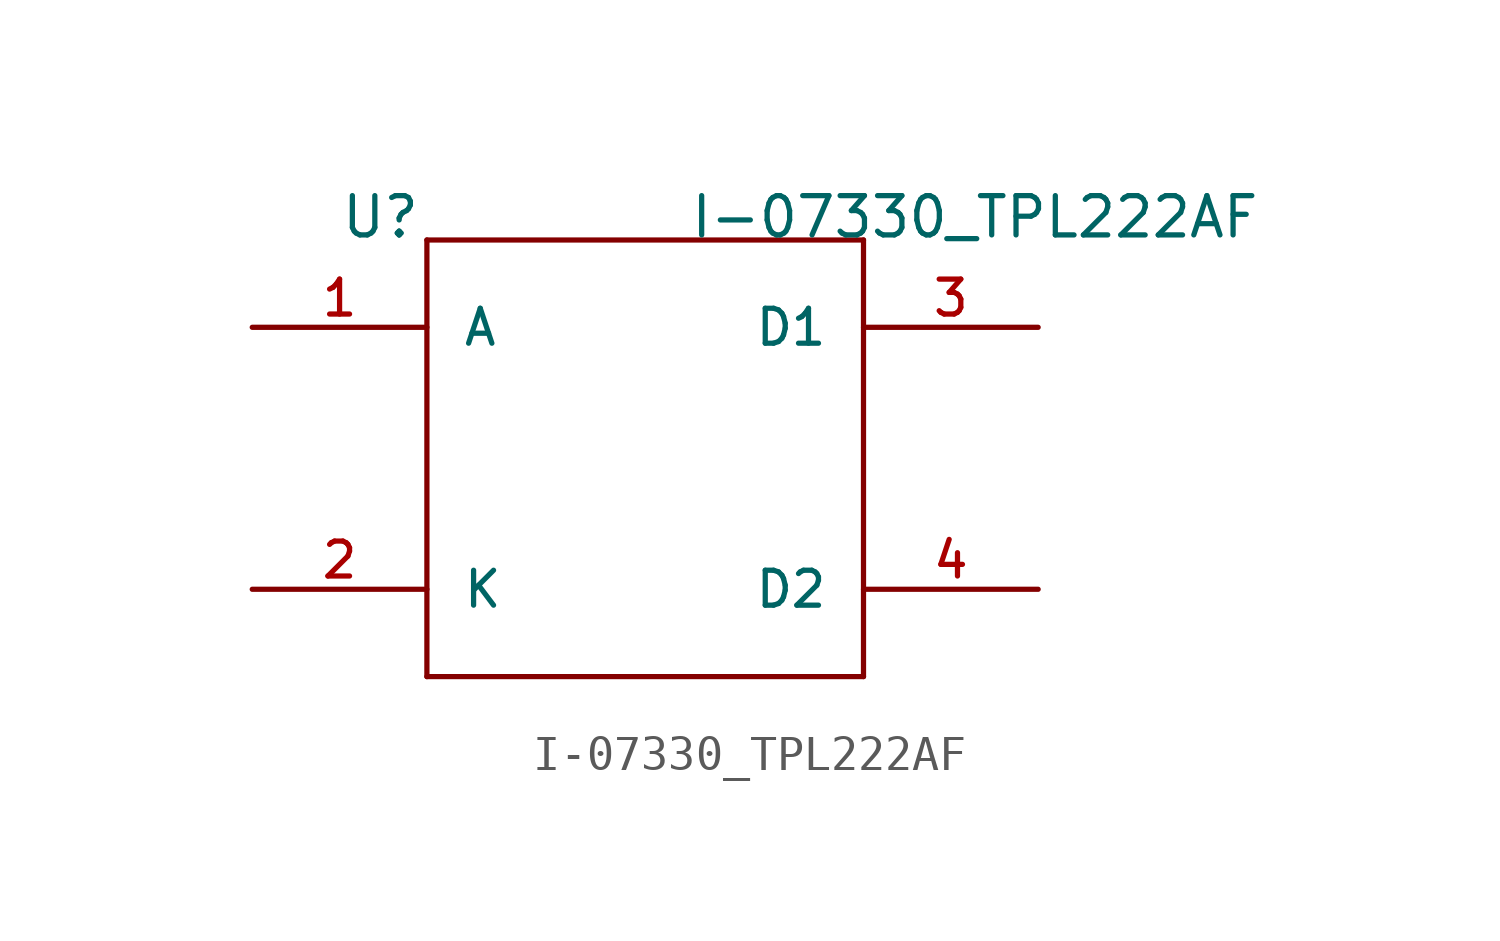
<source format=kicad_sym>
(kicad_symbol_lib
  (version 20211014)
  (generator kicad_symbol_editor)
  (symbol "I-07330_TPL222AF"
    (pin_names
      (offset 1.016))
    (property "Reference" "U"
      (at -7.62 7.62 0)
      (effects (font (size 1.143 1.143)) (justify left bottom)))
    (property "Value" "I-07330_TPL222AF"
      (at 2.54 7.62 0)
      (effects (font (size 1.143 1.143)) (justify left bottom)))
    (property "ki_locked" ""
      (at 0 0 0)
      (effects (font (size 1.27 1.27))))
    (symbol "I-07330_TPL222AF_1_0"
      (polyline (pts (xy -5.08 -5.08) (xy -5.08 7.62)) (stroke (width 0) (type default) (color 0 0 0 0)) (fill (type none)))
      (polyline (pts (xy -5.08 7.62) (xy 7.62 7.62)) (stroke (width 0) (type default) (color 0 0 0 0)) (fill (type none)))
      (polyline (pts (xy 7.62 -5.08) (xy -5.08 -5.08)) (stroke (width 0) (type default) (color 0 0 0 0)) (fill (type none)))
      (polyline (pts (xy 7.62 7.62) (xy 7.62 -5.08)) (stroke (width 0) (type default) (color 0 0 0 0)) (fill (type none))))
    (symbol "I-07330_TPL222AF_1_1"
      (pin bidirectional line (at -10.16 5.08 0) (length 5.08) (name "A" (effects (font (size 1.016 1.016)))) (number "1" (effects (font (size 1.016 1.016)))))
      (pin bidirectional line (at -10.16 -2.54 0) (length 5.08) (name "K" (effects (font (size 1.016 1.016)))) (number "2" (effects (font (size 1.016 1.016)))))
      (pin bidirectional line (at 12.7 5.08 180) (length 5.08) (name "D1" (effects (font (size 1.016 1.016)))) (number "3" (effects (font (size 1.016 1.016)))))
      (pin bidirectional line (at 12.7 -2.54 180) (length 5.08) (name "D2" (effects (font (size 1.016 1.016)))) (number "4" (effects (font (size 1.016 1.016))))))))
</source>
